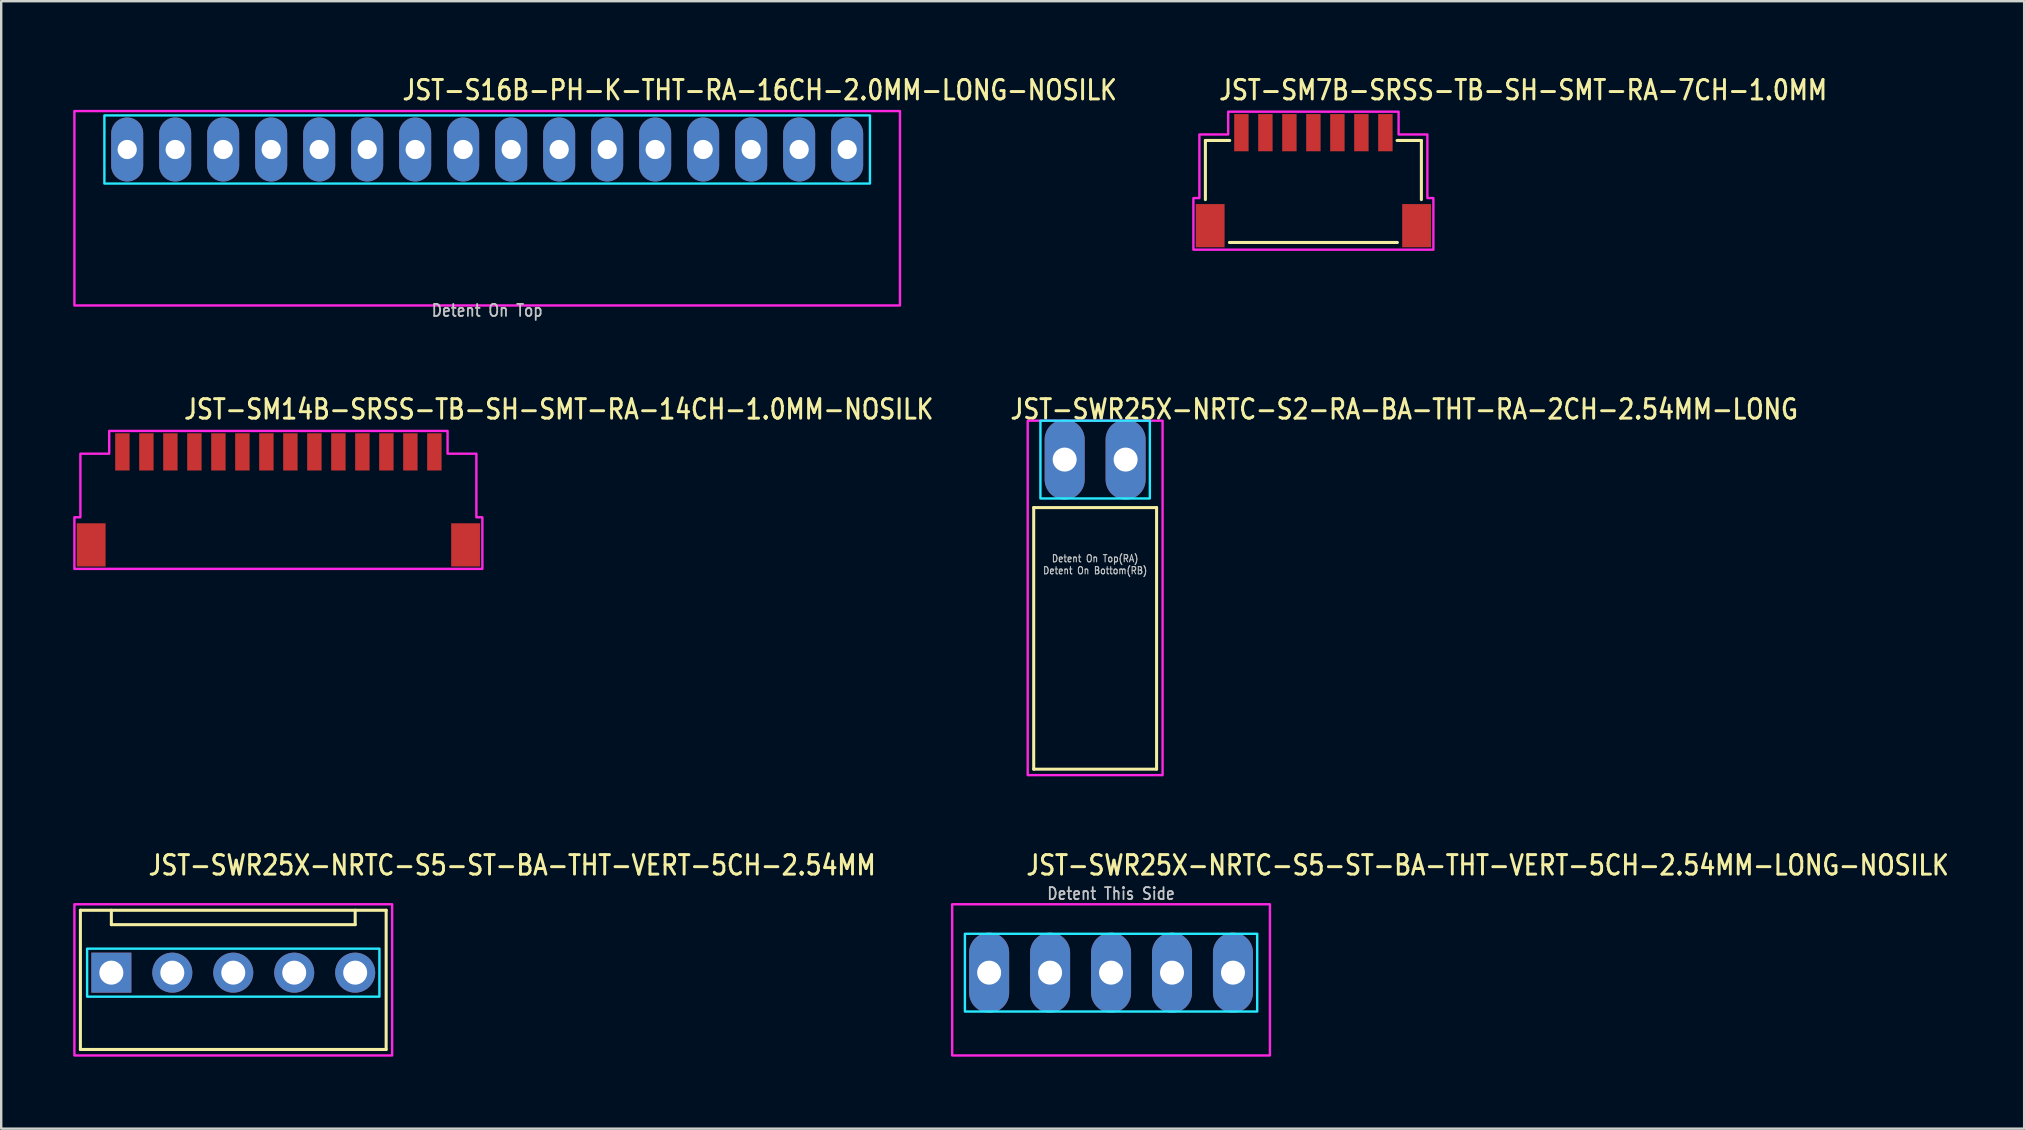
<source format=kicad_pcb>
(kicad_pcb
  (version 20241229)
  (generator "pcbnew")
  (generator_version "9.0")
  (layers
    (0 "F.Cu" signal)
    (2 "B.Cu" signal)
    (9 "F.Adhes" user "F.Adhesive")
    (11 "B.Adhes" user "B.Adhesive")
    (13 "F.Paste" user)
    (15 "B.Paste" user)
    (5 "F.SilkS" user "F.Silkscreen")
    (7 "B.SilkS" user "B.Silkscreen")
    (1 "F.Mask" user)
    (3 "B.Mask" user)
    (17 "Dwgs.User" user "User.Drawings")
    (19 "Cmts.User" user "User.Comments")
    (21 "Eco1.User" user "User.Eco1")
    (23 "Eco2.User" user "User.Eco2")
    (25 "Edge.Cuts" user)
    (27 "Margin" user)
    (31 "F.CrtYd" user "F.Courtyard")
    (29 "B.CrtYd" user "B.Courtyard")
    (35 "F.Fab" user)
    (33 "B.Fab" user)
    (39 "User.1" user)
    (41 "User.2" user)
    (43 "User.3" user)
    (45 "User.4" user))
  (footprint "JST-SM14B-SRSS-TB-SH-SMT-RA-14CH-1.0MM-NOSILK"
    (layer "F.Cu")
    (at 8.55 17.78)
    (property "Reference" "JST-SM14B-SRSS-TB-SH-SMT-RA-14CH-1.0MM-NOSILK" (at -4 -3.3 0) (unlocked yes) (layer "F.SilkS") (effects (font (size 0.813 0.695) (thickness 0.122)) (justify left bottom)))
    (fp_poly (pts (xy -8.5 2.875) (xy -8.5 0.725) (xy -8.25 0.725) (xy -8.25 -1.925) (xy -7.05 -1.925) (xy -7.05 -2.875) (xy 7.05 -2.875) (xy 7.05 -1.925) (xy 8.25 -1.925) (xy 8.25 0.725) (xy 8.5 0.725) (xy 8.5 2.875)) (stroke (width 0.1) (type solid)) (fill no) (layer "F.CrtYd"))
    (pad "P$1" smd rect (at -6.5 -2) (size 0.6 1.55) (layers "F.Cu" "F.Mask" "F.Paste"))
    (pad "P$2" smd rect (at -5.5 -2) (size 0.6 1.55) (layers "F.Cu" "F.Mask" "F.Paste"))
    (pad "P$3" smd rect (at -4.5 -2) (size 0.6 1.55) (layers "F.Cu" "F.Mask" "F.Paste"))
    (pad "P$4" smd rect (at -3.5 -2) (size 0.6 1.55) (layers "F.Cu" "F.Mask" "F.Paste"))
    (pad "P$5" smd rect (at -2.5 -2) (size 0.6 1.55) (layers "F.Cu" "F.Mask" "F.Paste"))
    (pad "P$6" smd rect (at -1.5 -2) (size 0.6 1.55) (layers "F.Cu" "F.Mask" "F.Paste"))
    (pad "P$7" smd rect (at -0.5 -2) (size 0.6 1.55) (layers "F.Cu" "F.Mask" "F.Paste"))
    (pad "P$8" smd rect (at 0.5 -2) (size 0.6 1.55) (layers "F.Cu" "F.Mask" "F.Paste"))
    (pad "P$9" smd rect (at 1.5 -2) (size 0.6 1.55) (layers "F.Cu" "F.Mask" "F.Paste"))
    (pad "P$10" smd rect (at 2.5 -2) (size 0.6 1.55) (layers "F.Cu" "F.Mask" "F.Paste"))
    (pad "P$11" smd rect (at 3.5 -2) (size 0.6 1.55) (layers "F.Cu" "F.Mask" "F.Paste"))
    (pad "P$12" smd rect (at 4.5 -2) (size 0.6 1.55) (layers "F.Cu" "F.Mask" "F.Paste"))
    (pad "P$13" smd rect (at 5.5 -2) (size 0.6 1.55) (layers "F.Cu" "F.Mask" "F.Paste"))
    (pad "P$14" smd rect (at 6.5 -2) (size 0.6 1.55) (layers "F.Cu" "F.Mask" "F.Paste"))
    (pad "S$14" smd rect (at -7.8 1.875) (size 1.2 1.8) (layers "F.Cu" "F.Mask" "F.Paste"))
    (pad "S$15" smd rect (at 7.8 1.875) (size 1.2 1.8) (layers "F.Cu" "F.Mask" "F.Paste")))
  (footprint "JST-SWR25X-NRTC-S2-RA-BA-THT-RA-2CH-2.54MM-LONG"
    (layer "F.Cu")
    (at 42.583 16.1)
    (property "Reference" "JST-SWR25X-NRTC-S2-RA-BA-THT-RA-2CH-2.54MM-LONG" (at -3.6 -1.62 0) (unlocked yes) (layer "F.SilkS") (effects (font (size 0.813 0.695) (thickness 0.122)) (justify left bottom)))
    (fp_line (start -2.56 2) (end 2.56 2) (stroke (width 0.127) (type solid)) (layer "F.SilkS"))
    (fp_line (start -2.56 12.9) (end -2.56 2) (stroke (width 0.127) (type solid)) (layer "F.SilkS"))
    (fp_line (start -2.56 12.9) (end 2.56 12.9) (stroke (width 0.127) (type solid)) (layer "F.SilkS"))
    (fp_line (start 2.56 2) (end 2.56 12.9) (stroke (width 0.127) (type solid)) (layer "F.SilkS"))
    (fp_poly (pts (xy -2.28 -1.62) (xy -2.28 1.62) (xy 2.28 1.62) (xy 2.28 -1.62)) (stroke (width 0.1) (type solid)) (fill no) (layer "B.CrtYd"))
    (fp_poly (pts (xy -2.81 -1.62) (xy -2.81 13.15) (xy 2.81 13.15) (xy 2.81 -1.62)) (stroke (width 0.1) (type solid)) (fill no) (layer "F.CrtYd"))
    (fp_text user "Detent On Top(RA)" (at 0 4.3 0) (unlocked yes) (layer "Dwgs.User") (effects (font (size 0.3 0.257) (thickness 0.045)) (justify bottom)))
    (fp_text user "Detent On Bottom(RB)" (at 0 4.8 0) (unlocked yes) (layer "Dwgs.User") (effects (font (size 0.3 0.257) (thickness 0.045)) (justify bottom)))
    (pad "P$1" thru_hole oval (at -1.27 0 90) (size 3.333 1.667) (drill 1) (layers "*.Cu" "*.Mask"))
    (pad "P$2" thru_hole oval (at 1.27 0 90) (size 3.333 1.667) (drill 1) (layers "*.Cu" "*.Mask")))
  (footprint "JST-SWR25X-NRTC-S5-ST-BA-THT-VERT-5CH-2.54MM-LONG-NOSILK"
    (layer "F.Cu")
    (at 43.246 37.479)
    (property "Reference" "JST-SWR25X-NRTC-S5-ST-BA-THT-VERT-5CH-2.54MM-LONG-NOSILK" (at -3.6 -4 0) (unlocked yes) (layer "F.SilkS") (effects (font (size 0.813 0.695) (thickness 0.122)) (justify left bottom)))
    (fp_poly (pts (xy -6.09 -1.62) (xy -6.09 1.62) (xy 6.09 1.62) (xy 6.09 -1.62)) (stroke (width 0.1) (type solid)) (fill no) (layer "B.CrtYd"))
    (fp_poly (pts (xy -6.62 -2.85) (xy -6.62 3.45) (xy 6.62 3.45) (xy 6.62 -2.85)) (stroke (width 0.1) (type solid)) (fill no) (layer "F.CrtYd"))
    (fp_text user "Detent This Side" (at 0 -3 0) (unlocked yes) (layer "Dwgs.User") (effects (font (size 0.5 0.427) (thickness 0.075)) (justify bottom)))
    (pad "P$1" thru_hole oval (at -5.08 0 90) (size 3.333 1.667) (drill 1) (layers "*.Cu" "*.Mask"))
    (pad "P$2" thru_hole oval (at -2.54 0 90) (size 3.333 1.667) (drill 1) (layers "*.Cu" "*.Mask"))
    (pad "P$3" thru_hole oval (at 0 0 90) (size 3.333 1.667) (drill 1) (layers "*.Cu" "*.Mask"))
    (pad "P$4" thru_hole oval (at 2.54 0 90) (size 3.333 1.667) (drill 1) (layers "*.Cu" "*.Mask"))
    (pad "P$5" thru_hole oval (at 5.08 0 90) (size 3.333 1.667) (drill 1) (layers "*.Cu" "*.Mask")))
  (footprint "JST-SM7B-SRSS-TB-SH-SMT-RA-7CH-1.0MM"
    (layer "F.Cu")
    (at 51.677 4.479)
    (property "Reference" "JST-SM7B-SRSS-TB-SH-SMT-RA-7CH-1.0MM" (at -4 -3.3 0) (unlocked yes) (layer "F.SilkS") (effects (font (size 0.813 0.695) (thickness 0.122)) (justify left bottom)))
    (fp_line (start -4.5 -1.675) (end -3.486 -1.675) (stroke (width 0.127) (type solid)) (layer "F.SilkS"))
    (fp_line (start -4.5 0.788) (end -4.5 -1.675) (stroke (width 0.127) (type solid)) (layer "F.SilkS"))
    (fp_line (start -3.5 2.575) (end 3.5 2.575) (stroke (width 0.127) (type solid)) (layer "F.SilkS"))
    (fp_line (start 3.486 -1.675) (end 4.5 -1.675) (stroke (width 0.127) (type solid)) (layer "F.SilkS"))
    (fp_line (start 4.5 -1.675) (end 4.5 0.788) (stroke (width 0.127) (type solid)) (layer "F.SilkS"))
    (fp_poly (pts (xy -5 2.875) (xy -5 0.725) (xy -4.75 0.725) (xy -4.75 -1.925) (xy -3.55 -1.925) (xy -3.55 -2.875) (xy 3.55 -2.875) (xy 3.55 -1.925) (xy 4.75 -1.925) (xy 4.75 0.725) (xy 5 0.725) (xy 5 2.875)) (stroke (width 0.1) (type solid)) (fill no) (layer "F.CrtYd"))
    (pad "P$1" smd rect (at -3 -2) (size 0.6 1.55) (layers "F.Cu" "F.Mask" "F.Paste"))
    (pad "P$2" smd rect (at -2 -2) (size 0.6 1.55) (layers "F.Cu" "F.Mask" "F.Paste"))
    (pad "P$3" smd rect (at -1 -2) (size 0.6 1.55) (layers "F.Cu" "F.Mask" "F.Paste"))
    (pad "P$4" smd rect (at 0 -2) (size 0.6 1.55) (layers "F.Cu" "F.Mask" "F.Paste"))
    (pad "P$5" smd rect (at 1 -2) (size 0.6 1.55) (layers "F.Cu" "F.Mask" "F.Paste"))
    (pad "P$6" smd rect (at 2 -2) (size 0.6 1.55) (layers "F.Cu" "F.Mask" "F.Paste"))
    (pad "P$7" smd rect (at 3 -2) (size 0.6 1.55) (layers "F.Cu" "F.Mask" "F.Paste"))
    (pad "S$6" smd rect (at -4.3 1.875) (size 1.2 1.8) (layers "F.Cu" "F.Mask" "F.Paste"))
    (pad "S$7" smd rect (at 4.3 1.875) (size 1.2 1.8) (layers "F.Cu" "F.Mask" "F.Paste")))
  (footprint "JST-SWR25X-NRTC-S5-ST-BA-THT-VERT-5CH-2.54MM"
    (layer "F.Cu")
    (at 6.67 37.479)
    (property "Reference" "JST-SWR25X-NRTC-S5-ST-BA-THT-VERT-5CH-2.54MM" (at -3.6 -4 0) (unlocked yes) (layer "F.SilkS") (effects (font (size 0.813 0.695) (thickness 0.122)) (justify left bottom)))
    (fp_line (start -6.37 -2.6) (end 6.37 -2.6) (stroke (width 0.127) (type solid)) (layer "F.SilkS"))
    (fp_line (start -6.37 3.2) (end -6.37 -2.6) (stroke (width 0.127) (type solid)) (layer "F.SilkS"))
    (fp_line (start -6.37 3.2) (end 6.37 3.2) (stroke (width 0.127) (type solid)) (layer "F.SilkS"))
    (fp_line (start -5.08 -2.6) (end -5.08 -2) (stroke (width 0.127) (type solid)) (layer "F.SilkS"))
    (fp_line (start -5.08 -2) (end 5.08 -2) (stroke (width 0.127) (type solid)) (layer "F.SilkS"))
    (fp_line (start 5.08 -2.6) (end 5.08 -2) (stroke (width 0.127) (type solid)) (layer "F.SilkS"))
    (fp_line (start 6.37 -2.6) (end 6.37 3.2) (stroke (width 0.127) (type solid)) (layer "F.SilkS"))
    (fp_poly (pts (xy -6.09 -1) (xy -6.09 1) (xy 6.09 1) (xy 6.09 -1)) (stroke (width 0.1) (type solid)) (fill no) (layer "B.CrtYd"))
    (fp_poly (pts (xy -6.62 -2.85) (xy -6.62 3.45) (xy 6.62 3.45) (xy 6.62 -2.85)) (stroke (width 0.1) (type solid)) (fill no) (layer "F.CrtYd"))
    (pad "P$1" thru_hole rect (at -5.08 0) (size 1.667 1.667) (drill 1) (layers "*.Cu" "*.Mask"))
    (pad "P$2" thru_hole oval (at -2.54 0) (size 1.667 1.667) (drill 1) (layers "*.Cu" "*.Mask"))
    (pad "P$3" thru_hole oval (at 0 0) (size 1.667 1.667) (drill 1) (layers "*.Cu" "*.Mask"))
    (pad "P$4" thru_hole oval (at 2.54 0) (size 1.667 1.667) (drill 1) (layers "*.Cu" "*.Mask"))
    (pad "P$5" thru_hole oval (at 5.08 0) (size 1.667 1.667) (drill 1) (layers "*.Cu" "*.Mask")))
  (footprint "JST-S16B-PH-K-THT-RA-16CH-2.0MM-LONG-NOSILK"
    (layer "F.Cu")
    (at 17.25 3.179)
    (property "Reference" "JST-S16B-PH-K-THT-RA-16CH-2.0MM-LONG-NOSILK" (at -3.6 -2 0) (unlocked yes) (layer "F.SilkS") (effects (font (size 0.813 0.695) (thickness 0.122)) (justify left bottom)))
    (fp_poly (pts (xy -15.95 -1.42) (xy -15.95 1.42) (xy 15.95 1.42) (xy 15.95 -1.42)) (stroke (width 0.1) (type solid)) (fill no) (layer "B.CrtYd"))
    (fp_poly (pts (xy -17.2 -1.6) (xy -17.2 6.5) (xy 17.2 6.5) (xy 17.2 -1.6)) (stroke (width 0.1) (type solid)) (fill no) (layer "F.CrtYd"))
    (fp_text user "Detent On Top" (at 0 7 0) (unlocked yes) (layer "Dwgs.User") (effects (font (size 0.5 0.427) (thickness 0.075)) (justify bottom)))
    (pad "P$1" thru_hole oval (at -15 0 90) (size 2.667 1.333) (drill 0.8) (layers "*.Cu" "*.Mask"))
    (pad "P$2" thru_hole oval (at -13 0 90) (size 2.667 1.333) (drill 0.8) (layers "*.Cu" "*.Mask"))
    (pad "P$3" thru_hole oval (at -11 0 90) (size 2.667 1.333) (drill 0.8) (layers "*.Cu" "*.Mask"))
    (pad "P$4" thru_hole oval (at -9 0 90) (size 2.667 1.333) (drill 0.8) (layers "*.Cu" "*.Mask"))
    (pad "P$5" thru_hole oval (at -7 0 90) (size 2.667 1.333) (drill 0.8) (layers "*.Cu" "*.Mask"))
    (pad "P$6" thru_hole oval (at -5 0 90) (size 2.667 1.333) (drill 0.8) (layers "*.Cu" "*.Mask"))
    (pad "P$7" thru_hole oval (at -3 0 90) (size 2.667 1.333) (drill 0.8) (layers "*.Cu" "*.Mask"))
    (pad "P$8" thru_hole oval (at -1 0 90) (size 2.667 1.333) (drill 0.8) (layers "*.Cu" "*.Mask"))
    (pad "P$9" thru_hole oval (at 1 0 90) (size 2.667 1.333) (drill 0.8) (layers "*.Cu" "*.Mask"))
    (pad "P$10" thru_hole oval (at 3 0 90) (size 2.667 1.333) (drill 0.8) (layers "*.Cu" "*.Mask"))
    (pad "P$11" thru_hole oval (at 5 0 90) (size 2.667 1.333) (drill 0.8) (layers "*.Cu" "*.Mask"))
    (pad "P$12" thru_hole oval (at 7 0 90) (size 2.667 1.333) (drill 0.8) (layers "*.Cu" "*.Mask"))
    (pad "P$13" thru_hole oval (at 9 0 90) (size 2.667 1.333) (drill 0.8) (layers "*.Cu" "*.Mask"))
    (pad "P$14" thru_hole oval (at 11 0 90) (size 2.667 1.333) (drill 0.8) (layers "*.Cu" "*.Mask"))
    (pad "P$15" thru_hole oval (at 13 0 90) (size 2.667 1.333) (drill 0.8) (layers "*.Cu" "*.Mask"))
    (pad "P$16" thru_hole oval (at 15 0 90) (size 2.667 1.333) (drill 0.8) (layers "*.Cu" "*.Mask")))
  (gr_rect
    (start -3 -3)
    (end 81.294 43.979)
    (stroke (width 0.1) (type default))
    (fill no)
    (layer "Edge.Cuts")))
</source>
